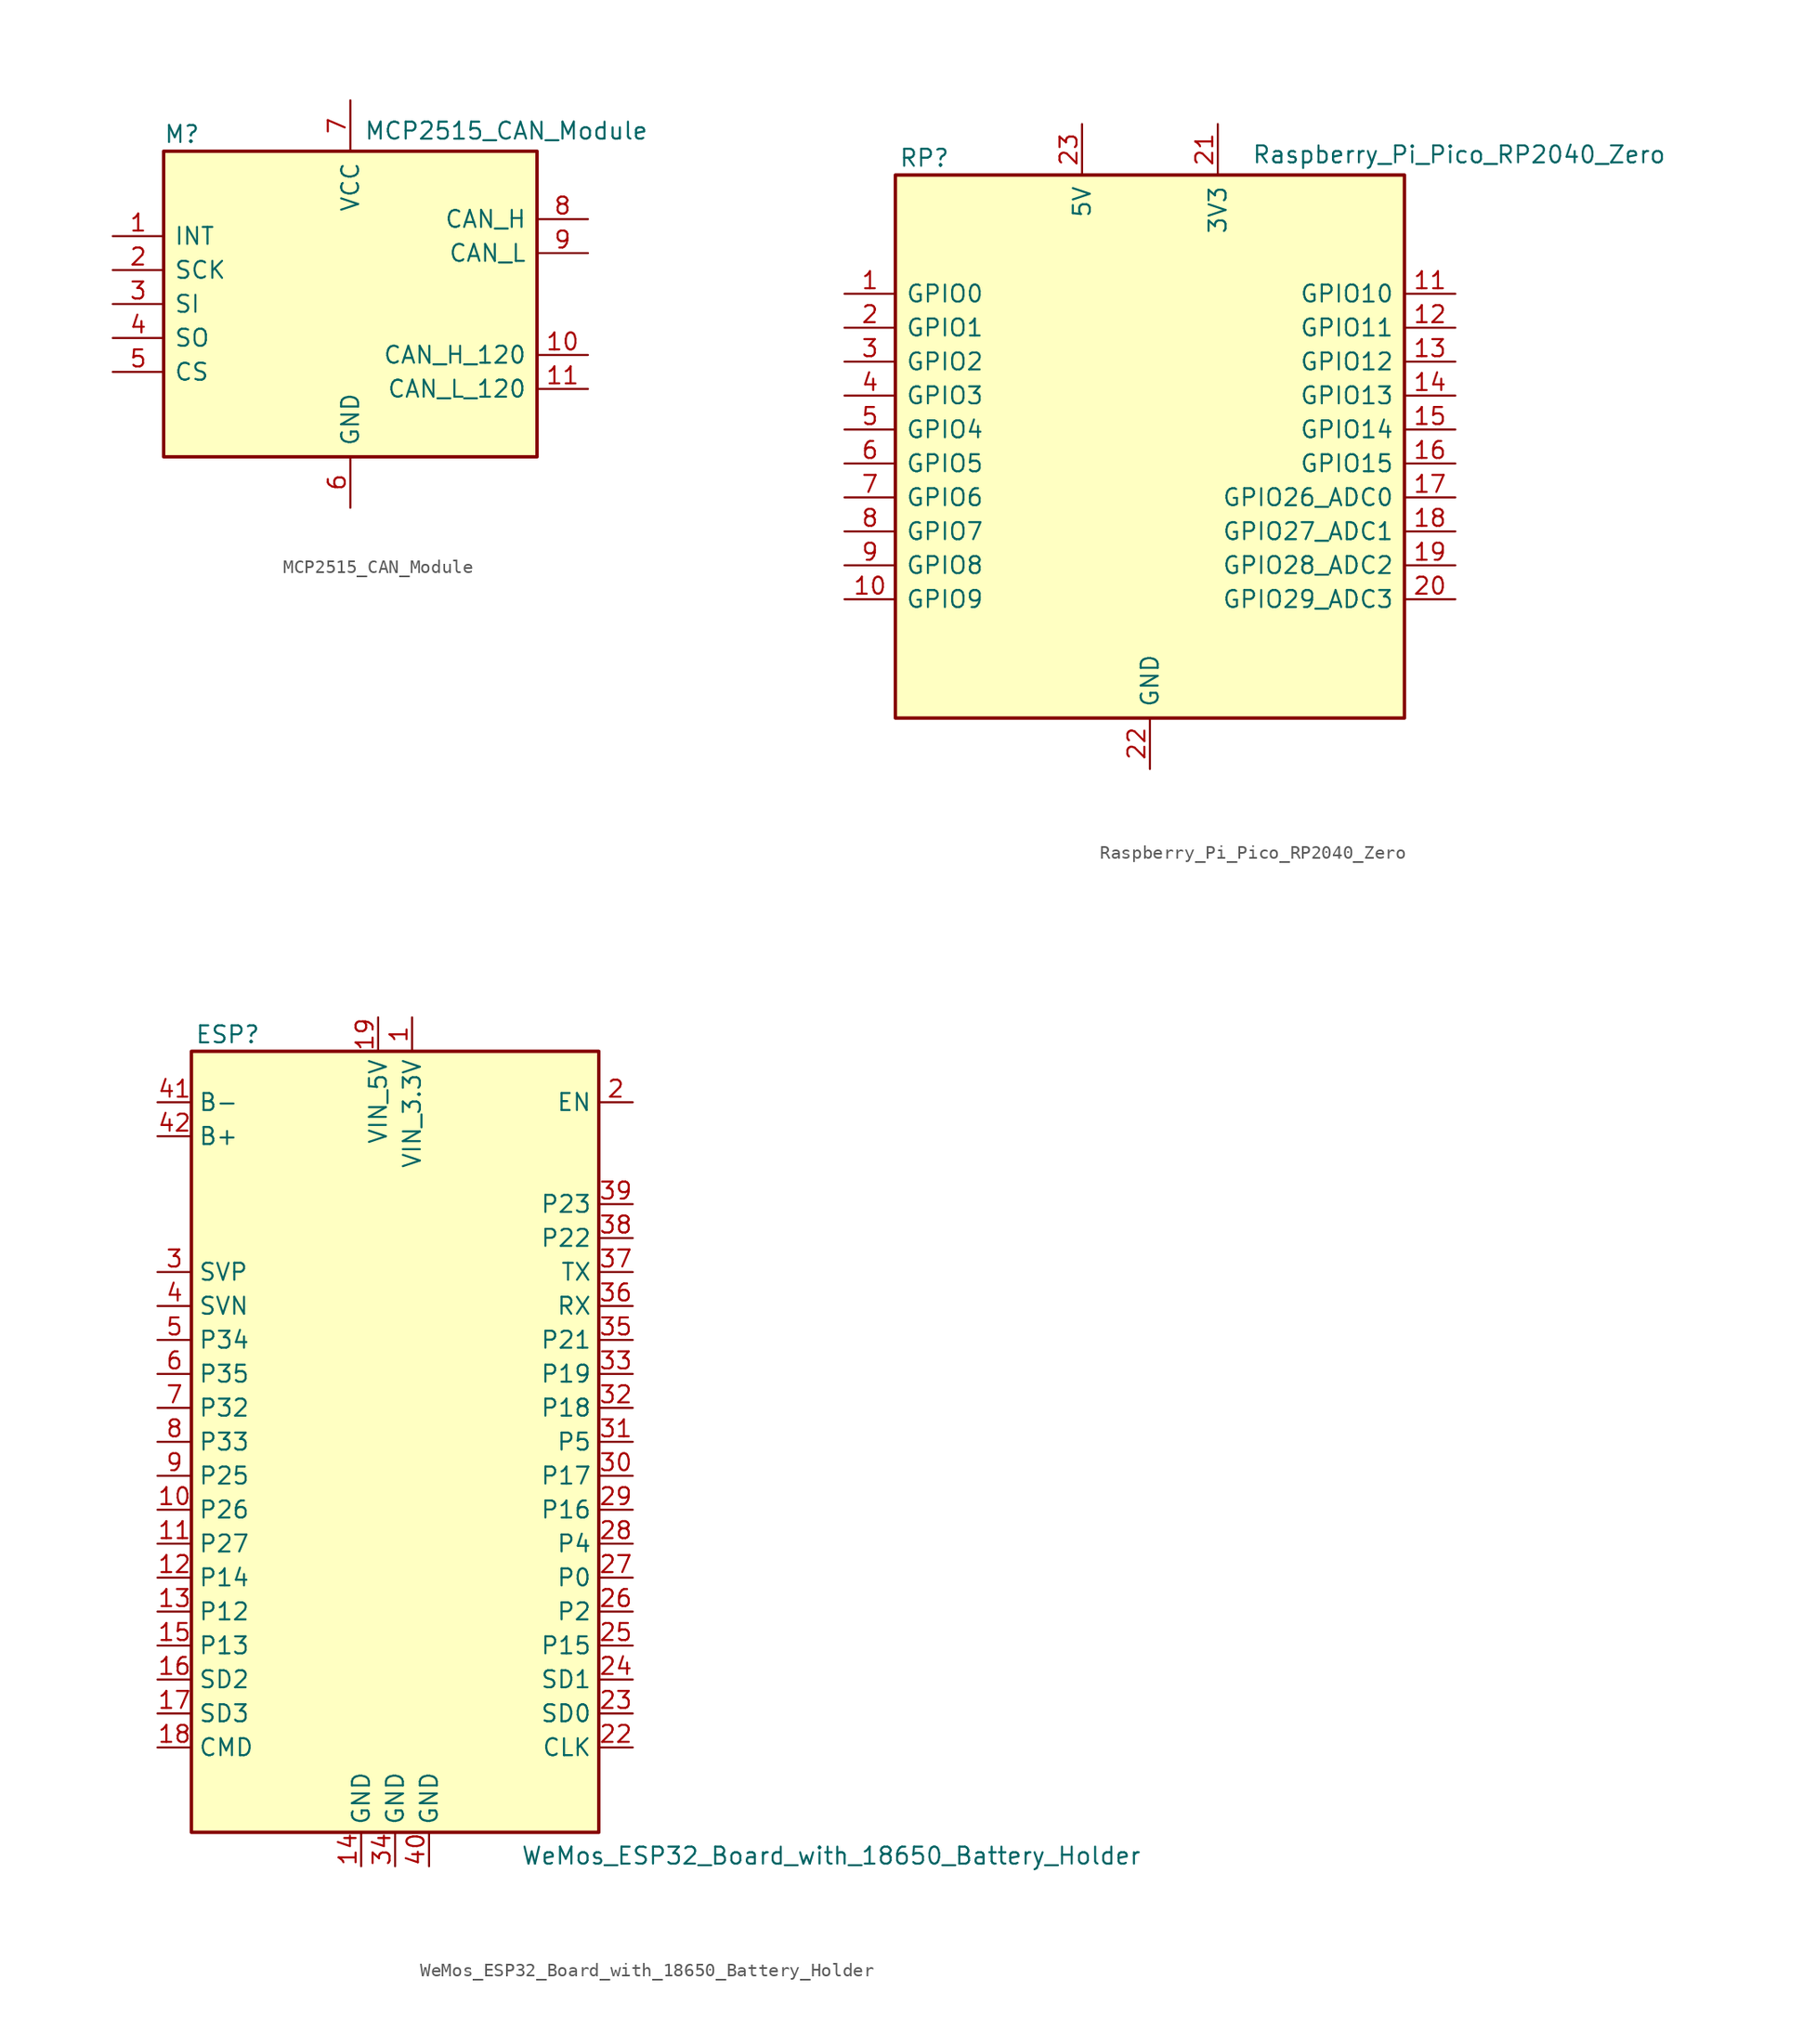
<source format=kicad_sym>
(kicad_symbol_lib
  (version 20241209)
  (generator "kicad_symbol_editor")
  (generator_version "9.0")
  (symbol "MCP2515_CAN_Module"
    (pin_names
      (offset 0.762))
    (property "Reference" "M"
      (at -13.97 12.7 0)
      (effects (font (size 1.27 1.27)) (justify left)))
    (property "Value" "MCP2515_CAN_Module"
      (at 1.016 12.954 0)
      (effects (font (size 1.27 1.27)) (justify left)))
    (symbol "MCP2515_CAN_Module_0_1"
      (rectangle (start -13.97 11.43) (end 13.97 -11.43) (stroke (width 0.254) (type default)) (fill (type background))))
    (symbol "MCP2515_CAN_Module_1_1"
      (pin bidirectional line (at -17.78 5.08 0) (length 3.81) (name "INT" (effects (font (size 1.27 1.27)))) (number "1" (effects (font (size 1.27 1.27)))))
      (pin bidirectional line (at -17.78 2.54 0) (length 3.81) (name "SCK" (effects (font (size 1.27 1.27)))) (number "2" (effects (font (size 1.27 1.27)))))
      (pin bidirectional line (at -17.78 0 0) (length 3.81) (name "SI" (effects (font (size 1.27 1.27)))) (number "3" (effects (font (size 1.27 1.27)))))
      (pin bidirectional line (at -17.78 -2.54 0) (length 3.81) (name "SO" (effects (font (size 1.27 1.27)))) (number "4" (effects (font (size 1.27 1.27)))))
      (pin bidirectional line (at -17.78 -5.08 0) (length 3.81) (name "CS" (effects (font (size 1.27 1.27)))) (number "5" (effects (font (size 1.27 1.27)))))
      (pin power_in line (at 0 15.24 270) (length 3.81) (name "VCC" (effects (font (size 1.27 1.27)))) (number "7" (effects (font (size 1.27 1.27)))))
      (pin power_in line (at 0 -15.24 90) (length 3.81) (name "GND" (effects (font (size 1.27 1.27)))) (number "6" (effects (font (size 1.27 1.27)))))
      (pin bidirectional line (at 17.78 6.35 180) (length 3.81) (name "CAN_H" (effects (font (size 1.27 1.27)))) (number "8" (effects (font (size 1.27 1.27)))))
      (pin bidirectional line (at 17.78 3.81 180) (length 3.81) (name "CAN_L" (effects (font (size 1.27 1.27)))) (number "9" (effects (font (size 1.27 1.27)))))
      (pin bidirectional line (at 17.78 -3.81 180) (length 3.81) (name "CAN_H_120" (effects (font (size 1.27 1.27)))) (number "10" (effects (font (size 1.27 1.27)))))
      (pin bidirectional line (at 17.78 -6.35 180) (length 3.81) (name "CAN_L_120" (effects (font (size 1.27 1.27)))) (number "11" (effects (font (size 1.27 1.27)))))))
  (symbol "Raspberry_Pi_Pico_RP2040_Zero"
    (pin_names
      (offset 0.762))
    (property "Reference" "RP"
      (at -18.796 21.59 0)
      (effects (font (size 1.27 1.27)) (justify left)))
    (property "Value" "Raspberry_Pi_Pico_RP2040_Zero"
      (at 7.62 21.844 0)
      (effects (font (size 1.27 1.27)) (justify left)))
    (symbol "Raspberry_Pi_Pico_RP2040_Zero_0_1"
      (rectangle (start -19.05 20.32) (end 19.05 -20.32) (stroke (width 0.254) (type default)) (fill (type background))))
    (symbol "Raspberry_Pi_Pico_RP2040_Zero_1_1"
      (pin bidirectional line (at -22.86 11.43 0) (length 3.81) (name "GPIO0" (effects (font (size 1.27 1.27)))) (number "1" (effects (font (size 1.27 1.27)))))
      (pin bidirectional line (at -22.86 8.89 0) (length 3.81) (name "GPIO1" (effects (font (size 1.27 1.27)))) (number "2" (effects (font (size 1.27 1.27)))))
      (pin bidirectional line (at -22.86 6.35 0) (length 3.81) (name "GPIO2" (effects (font (size 1.27 1.27)))) (number "3" (effects (font (size 1.27 1.27)))))
      (pin bidirectional line (at -22.86 3.81 0) (length 3.81) (name "GPIO3" (effects (font (size 1.27 1.27)))) (number "4" (effects (font (size 1.27 1.27)))))
      (pin bidirectional line (at -22.86 1.27 0) (length 3.81) (name "GPIO4" (effects (font (size 1.27 1.27)))) (number "5" (effects (font (size 1.27 1.27)))))
      (pin bidirectional line (at -22.86 -1.27 0) (length 3.81) (name "GPIO5" (effects (font (size 1.27 1.27)))) (number "6" (effects (font (size 1.27 1.27)))))
      (pin bidirectional line (at -22.86 -3.81 0) (length 3.81) (name "GPIO6" (effects (font (size 1.27 1.27)))) (number "7" (effects (font (size 1.27 1.27)))))
      (pin bidirectional line (at -22.86 -6.35 0) (length 3.81) (name "GPIO7" (effects (font (size 1.27 1.27)))) (number "8" (effects (font (size 1.27 1.27)))))
      (pin bidirectional line (at -22.86 -8.89 0) (length 3.81) (name "GPIO8" (effects (font (size 1.27 1.27)))) (number "9" (effects (font (size 1.27 1.27)))))
      (pin bidirectional line (at -22.86 -11.43 0) (length 3.81) (name "GPIO9" (effects (font (size 1.27 1.27)))) (number "10" (effects (font (size 1.27 1.27)))))
      (pin power_out line (at -5.08 24.13 270) (length 3.81) (name "5V" (effects (font (size 1.27 1.27)))) (number "23" (effects (font (size 1.27 1.27)))))
      (pin power_out line (at 0 -24.13 90) (length 3.81) (name "GND" (effects (font (size 1.27 1.27)))) (number "22" (effects (font (size 1.27 1.27)))))
      (pin power_out line (at 5.08 24.13 270) (length 3.81) (name "3V3" (effects (font (size 1.27 1.27)))) (number "21" (effects (font (size 1.27 1.27)))))
      (pin bidirectional line (at 22.86 11.43 180) (length 3.81) (name "GPIO10" (effects (font (size 1.27 1.27)))) (number "11" (effects (font (size 1.27 1.27)))))
      (pin bidirectional line (at 22.86 8.89 180) (length 3.81) (name "GPIO11" (effects (font (size 1.27 1.27)))) (number "12" (effects (font (size 1.27 1.27)))))
      (pin bidirectional line (at 22.86 6.35 180) (length 3.81) (name "GPIO12" (effects (font (size 1.27 1.27)))) (number "13" (effects (font (size 1.27 1.27)))))
      (pin bidirectional line (at 22.86 3.81 180) (length 3.81) (name "GPIO13" (effects (font (size 1.27 1.27)))) (number "14" (effects (font (size 1.27 1.27)))))
      (pin bidirectional line (at 22.86 1.27 180) (length 3.81) (name "GPIO14" (effects (font (size 1.27 1.27)))) (number "15" (effects (font (size 1.27 1.27)))))
      (pin bidirectional line (at 22.86 -1.27 180) (length 3.81) (name "GPIO15" (effects (font (size 1.27 1.27)))) (number "16" (effects (font (size 1.27 1.27)))))
      (pin bidirectional line (at 22.86 -3.81 180) (length 3.81) (name "GPIO26_ADC0" (effects (font (size 1.27 1.27)))) (number "17" (effects (font (size 1.27 1.27)))))
      (pin bidirectional line (at 22.86 -6.35 180) (length 3.81) (name "GPIO27_ADC1" (effects (font (size 1.27 1.27)))) (number "18" (effects (font (size 1.27 1.27)))))
      (pin bidirectional line (at 22.86 -8.89 180) (length 3.81) (name "GPIO28_ADC2" (effects (font (size 1.27 1.27)))) (number "19" (effects (font (size 1.27 1.27)))))
      (pin bidirectional line (at 22.86 -11.43 180) (length 3.81) (name "GPIO29_ADC3" (effects (font (size 1.27 1.27)))) (number "20" (effects (font (size 1.27 1.27)))))))
  (symbol "WeMos_ESP32_Board_with_18650_Battery_Holder"
    (property "Reference" "ESP"
      (at -14.986 29.718 0)
      (effects (font (size 1.27 1.27)) (justify left bottom)))
    (property "Value" "WeMos_ESP32_Board_with_18650_Battery_Holder"
      (at 9.398 -30.226 0)
      (effects (font (size 1.27 1.27)) (justify left top)))
    (symbol "WeMos_ESP32_Board_with_18650_Battery_Holder_0_1"
      (rectangle (start -15.24 29.21) (end 15.24 -29.21) (stroke (width 0.254) (type default)) (fill (type background))))
    (symbol "WeMos_ESP32_Board_with_18650_Battery_Holder_1_1"
      (pin power_in line (at -17.78 25.4 0) (length 2.54) (name "B-" (effects (font (size 1.27 1.27)))) (number "41" (effects (font (size 1.27 1.27)))))
      (pin power_in line (at -17.78 22.86 0) (length 2.54) (name "B+" (effects (font (size 1.27 1.27)))) (number "42" (effects (font (size 1.27 1.27)))))
      (pin bidirectional line (at -17.78 12.7 0) (length 2.54) (name "SVP" (effects (font (size 1.27 1.27)))) (number "3" (effects (font (size 1.27 1.27)))))
      (pin bidirectional line (at -17.78 10.16 0) (length 2.54) (name "SVN" (effects (font (size 1.27 1.27)))) (number "4" (effects (font (size 1.27 1.27)))))
      (pin bidirectional line (at -17.78 7.62 0) (length 2.54) (name "P34" (effects (font (size 1.27 1.27)))) (number "5" (effects (font (size 1.27 1.27)))))
      (pin bidirectional line (at -17.78 5.08 0) (length 2.54) (name "P35" (effects (font (size 1.27 1.27)))) (number "6" (effects (font (size 1.27 1.27)))))
      (pin bidirectional line (at -17.78 2.54 0) (length 2.54) (name "P32" (effects (font (size 1.27 1.27)))) (number "7" (effects (font (size 1.27 1.27)))))
      (pin bidirectional line (at -17.78 0 0) (length 2.54) (name "P33" (effects (font (size 1.27 1.27)))) (number "8" (effects (font (size 1.27 1.27)))))
      (pin bidirectional line (at -17.78 -2.54 0) (length 2.54) (name "P25" (effects (font (size 1.27 1.27)))) (number "9" (effects (font (size 1.27 1.27)))))
      (pin bidirectional line (at -17.78 -5.08 0) (length 2.54) (name "P26" (effects (font (size 1.27 1.27)))) (number "10" (effects (font (size 1.27 1.27)))))
      (pin bidirectional line (at -17.78 -7.62 0) (length 2.54) (name "P27" (effects (font (size 1.27 1.27)))) (number "11" (effects (font (size 1.27 1.27)))))
      (pin bidirectional line (at -17.78 -10.16 0) (length 2.54) (name "P14" (effects (font (size 1.27 1.27)))) (number "12" (effects (font (size 1.27 1.27)))))
      (pin bidirectional line (at -17.78 -12.7 0) (length 2.54) (name "P12" (effects (font (size 1.27 1.27)))) (number "13" (effects (font (size 1.27 1.27)))))
      (pin bidirectional line (at -17.78 -15.24 0) (length 2.54) (name "P13" (effects (font (size 1.27 1.27)))) (number "15" (effects (font (size 1.27 1.27)))))
      (pin bidirectional line (at -17.78 -17.78 0) (length 2.54) (name "SD2" (effects (font (size 1.27 1.27)))) (number "16" (effects (font (size 1.27 1.27)))))
      (pin bidirectional line (at -17.78 -20.32 0) (length 2.54) (name "SD3" (effects (font (size 1.27 1.27)))) (number "17" (effects (font (size 1.27 1.27)))))
      (pin bidirectional line (at -17.78 -22.86 0) (length 2.54) (name "CMD" (effects (font (size 1.27 1.27)))) (number "18" (effects (font (size 1.27 1.27)))))
      (pin power_in line (at -2.54 -31.75 90) (length 2.54) (name "GND" (effects (font (size 1.27 1.27)))) (number "14" (effects (font (size 1.27 1.27)))))
      (pin power_in line (at -1.27 31.75 270) (length 2.54) (name "VIN_5V" (effects (font (size 1.27 1.27)))) (number "19" (effects (font (size 1.27 1.27)))))
      (pin power_in line (at 0 -31.75 90) (length 2.54) (name "GND" (effects (font (size 1.27 1.27)))) (number "34" (effects (font (size 1.27 1.27)))))
      (pin power_in line (at 1.27 31.75 270) (length 2.54) (name "VIN_3.3V" (effects (font (size 1.27 1.27)))) (number "1" (effects (font (size 1.27 1.27)))))
      (pin power_in line (at 2.54 -31.75 90) (length 2.54) (name "GND" (effects (font (size 1.27 1.27)))) (number "40" (effects (font (size 1.27 1.27)))))
      (pin input line (at 17.78 25.4 180) (length 2.54) (name "EN" (effects (font (size 1.27 1.27)))) (number "2" (effects (font (size 1.27 1.27)))))
      (pin bidirectional line (at 17.78 17.78 180) (length 2.54) (name "P23" (effects (font (size 1.27 1.27)))) (number "39" (effects (font (size 1.27 1.27)))))
      (pin bidirectional line (at 17.78 15.24 180) (length 2.54) (name "P22" (effects (font (size 1.27 1.27)))) (number "38" (effects (font (size 1.27 1.27)))))
      (pin bidirectional line (at 17.78 12.7 180) (length 2.54) (name "TX" (effects (font (size 1.27 1.27)))) (number "37" (effects (font (size 1.27 1.27)))))
      (pin bidirectional line (at 17.78 10.16 180) (length 2.54) (name "RX" (effects (font (size 1.27 1.27)))) (number "36" (effects (font (size 1.27 1.27)))))
      (pin bidirectional line (at 17.78 7.62 180) (length 2.54) (name "P21" (effects (font (size 1.27 1.27)))) (number "35" (effects (font (size 1.27 1.27)))))
      (pin bidirectional line (at 17.78 5.08 180) (length 2.54) (name "P19" (effects (font (size 1.27 1.27)))) (number "33" (effects (font (size 1.27 1.27)))))
      (pin bidirectional line (at 17.78 2.54 180) (length 2.54) (name "P18" (effects (font (size 1.27 1.27)))) (number "32" (effects (font (size 1.27 1.27)))))
      (pin bidirectional line (at 17.78 0 180) (length 2.54) (name "P5" (effects (font (size 1.27 1.27)))) (number "31" (effects (font (size 1.27 1.27)))))
      (pin bidirectional line (at 17.78 -2.54 180) (length 2.54) (name "P17" (effects (font (size 1.27 1.27)))) (number "30" (effects (font (size 1.27 1.27)))))
      (pin bidirectional line (at 17.78 -5.08 180) (length 2.54) (name "P16" (effects (font (size 1.27 1.27)))) (number "29" (effects (font (size 1.27 1.27)))))
      (pin bidirectional line (at 17.78 -7.62 180) (length 2.54) (name "P4" (effects (font (size 1.27 1.27)))) (number "28" (effects (font (size 1.27 1.27)))))
      (pin bidirectional line (at 17.78 -10.16 180) (length 2.54) (name "P0" (effects (font (size 1.27 1.27)))) (number "27" (effects (font (size 1.27 1.27)))))
      (pin bidirectional line (at 17.78 -12.7 180) (length 2.54) (name "P2" (effects (font (size 1.27 1.27)))) (number "26" (effects (font (size 1.27 1.27)))))
      (pin bidirectional line (at 17.78 -15.24 180) (length 2.54) (name "P15" (effects (font (size 1.27 1.27)))) (number "25" (effects (font (size 1.27 1.27)))))
      (pin bidirectional line (at 17.78 -17.78 180) (length 2.54) (name "SD1" (effects (font (size 1.27 1.27)))) (number "24" (effects (font (size 1.27 1.27)))))
      (pin bidirectional line (at 17.78 -20.32 180) (length 2.54) (name "SD0" (effects (font (size 1.27 1.27)))) (number "23" (effects (font (size 1.27 1.27)))))
      (pin bidirectional line (at 17.78 -22.86 180) (length 2.54) (name "CLK" (effects (font (size 1.27 1.27)))) (number "22" (effects (font (size 1.27 1.27))))))))
</source>
